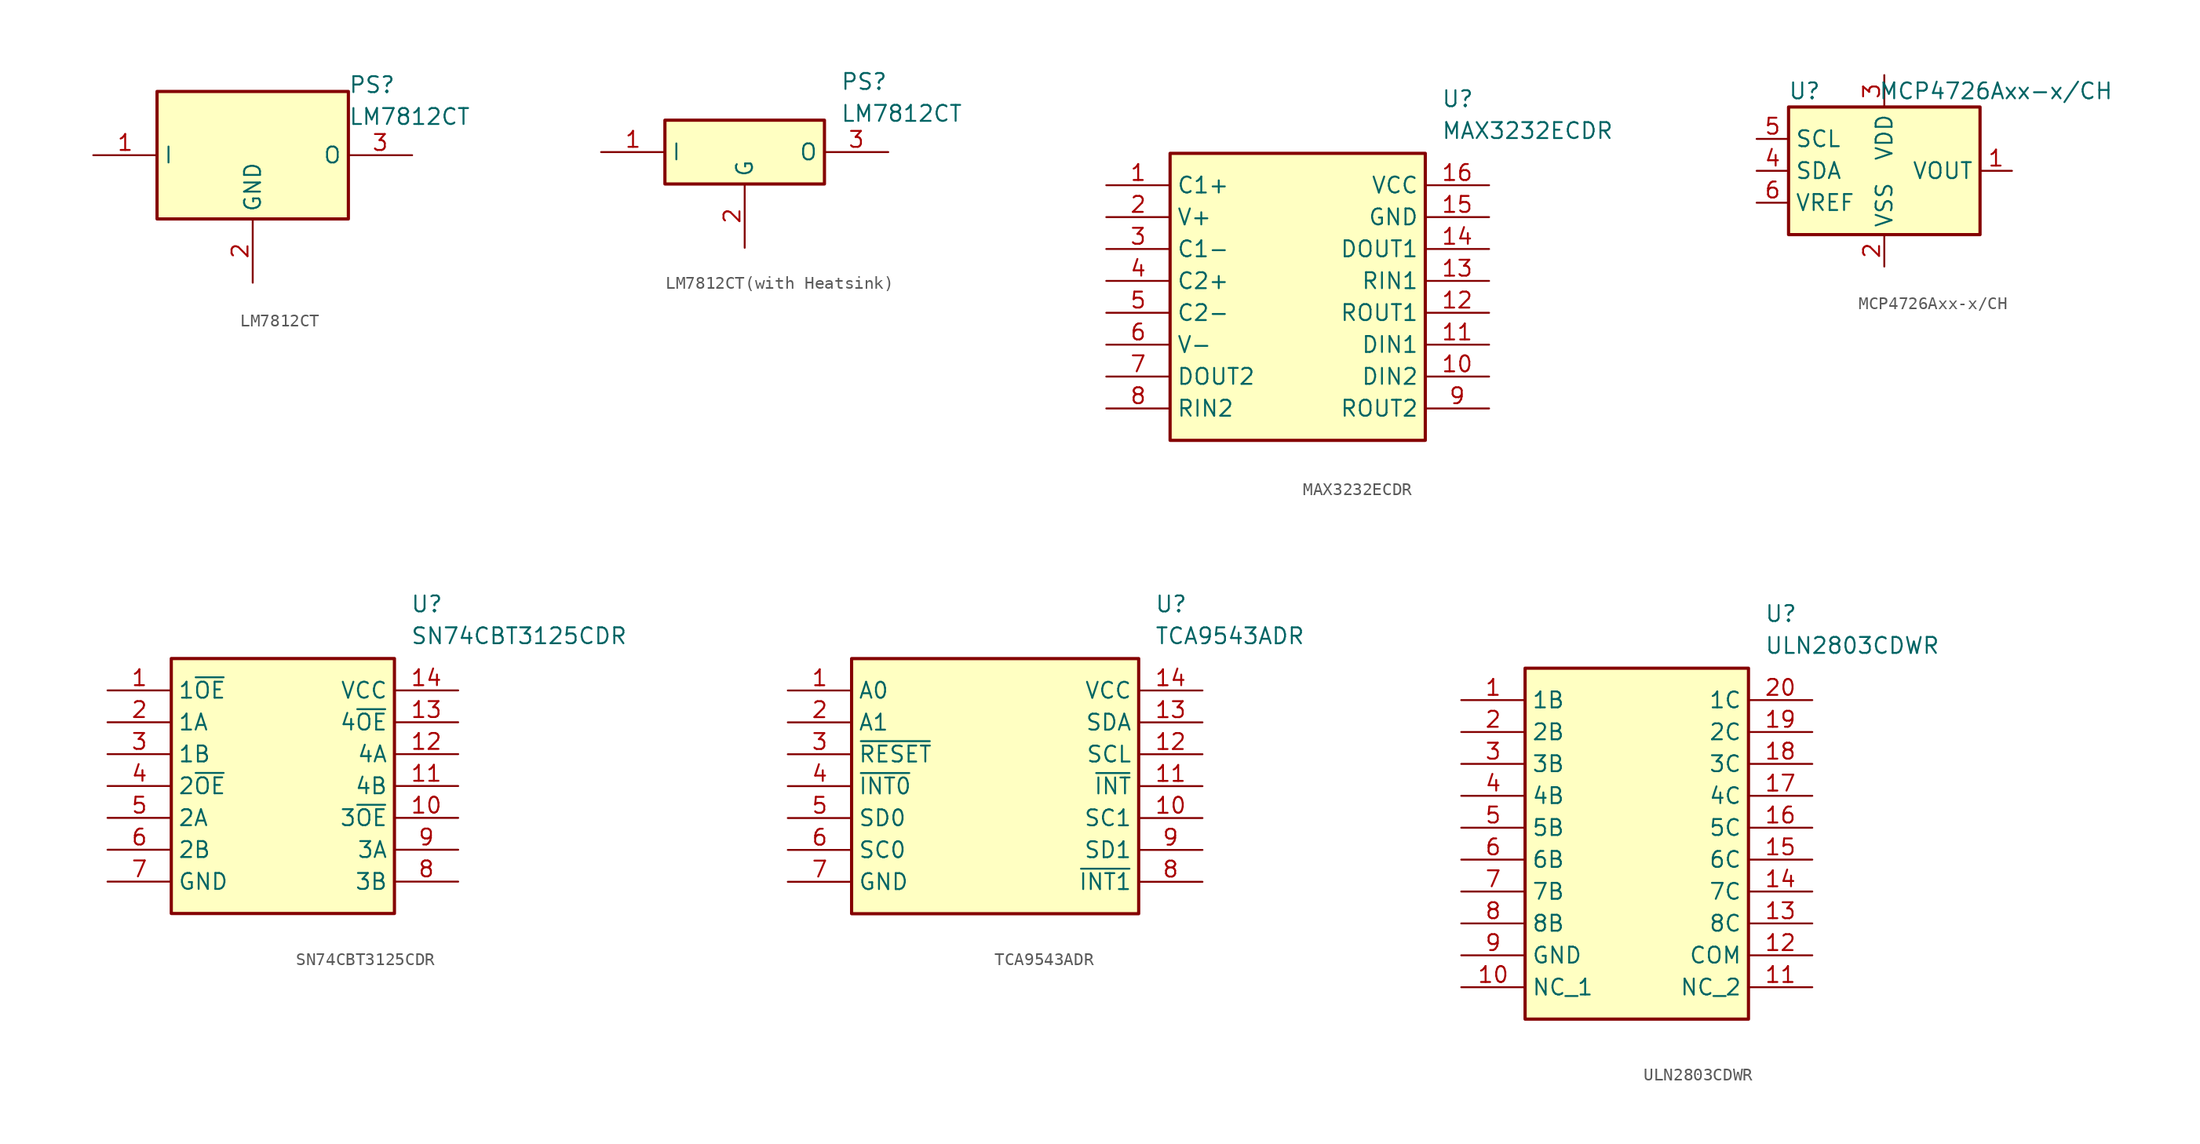
<source format=kicad_sym>
(kicad_symbol_lib
  (version 20241209)
  (generator "kicad_symbol_editor")
  (generator_version "9.0")
  (symbol "LM7812CT"
    (property "Reference" "PS"
      (at 20.32 6.35 0)
      (effects (font (size 1.27 1.27)) (justify left top)))
    (property "Value" "LM7812CT"
      (at 20.32 3.81 0)
      (effects (font (size 1.27 1.27)) (justify left top)))
    (symbol "LM7812CT_1_1"
      (rectangle (start 5.08 5.08) (end 20.32 -5.08) (stroke (width 0.254) (type default)) (fill (type background)))
      (pin passive line (at 0 0 0) (length 5.08) (name "I" (effects (font (size 1.27 1.27)))) (number "1" (effects (font (size 1.27 1.27)))))
      (pin passive line (at 12.7 -10.16 90) (length 5.08) (name "GND" (effects (font (size 1.27 1.27)))) (number "2" (effects (font (size 1.27 1.27)))))
      (pin passive line (at 25.4 0 180) (length 5.08) (name "O" (effects (font (size 1.27 1.27)))) (number "3" (effects (font (size 1.27 1.27)))))))
  (symbol "LM7812CT(with Heatsink)"
    (property "Reference" "PS"
      (at 19.05 6.35 0)
      (effects (font (size 1.27 1.27)) (justify left top)))
    (property "Value" "LM7812CT"
      (at 19.05 3.81 0)
      (effects (font (size 1.27 1.27)) (justify left top)))
    (symbol "LM7812CT(with Heatsink)_1_1"
      (rectangle (start 5.08 2.54) (end 17.78 -2.54) (stroke (width 0.254) (type default)) (fill (type background)))
      (pin passive line (at 0 0 0) (length 5.08) (name "I" (effects (font (size 1.27 1.27)))) (number "1" (effects (font (size 1.27 1.27)))))
      (pin passive line (at 11.43 -7.62 90) (length 5.08) (name "G" (effects (font (size 1.27 1.27)))) (number "2" (effects (font (size 1.27 1.27)))))
      (pin passive line (at 22.86 0 180) (length 5.08) (name "O" (effects (font (size 1.27 1.27)))) (number "3" (effects (font (size 1.27 1.27)))))))
  (symbol "MAX3232ECDR"
    (property "Reference" "U"
      (at 26.67 7.62 0)
      (effects (font (size 1.27 1.27)) (justify left top)))
    (property "Value" "MAX3232ECDR"
      (at 26.67 5.08 0)
      (effects (font (size 1.27 1.27)) (justify left top)))
    (symbol "MAX3232ECDR_1_1"
      (rectangle (start 5.08 2.54) (end 25.4 -20.32) (stroke (width 0.254) (type default)) (fill (type background)))
      (pin passive line (at 0 0 0) (length 5.08) (name "C1+" (effects (font (size 1.27 1.27)))) (number "1" (effects (font (size 1.27 1.27)))))
      (pin passive line (at 0 -2.54 0) (length 5.08) (name "V+" (effects (font (size 1.27 1.27)))) (number "2" (effects (font (size 1.27 1.27)))))
      (pin passive line (at 0 -5.08 0) (length 5.08) (name "C1-" (effects (font (size 1.27 1.27)))) (number "3" (effects (font (size 1.27 1.27)))))
      (pin passive line (at 0 -7.62 0) (length 5.08) (name "C2+" (effects (font (size 1.27 1.27)))) (number "4" (effects (font (size 1.27 1.27)))))
      (pin passive line (at 0 -10.16 0) (length 5.08) (name "C2-" (effects (font (size 1.27 1.27)))) (number "5" (effects (font (size 1.27 1.27)))))
      (pin passive line (at 0 -12.7 0) (length 5.08) (name "V-" (effects (font (size 1.27 1.27)))) (number "6" (effects (font (size 1.27 1.27)))))
      (pin passive line (at 0 -15.24 0) (length 5.08) (name "DOUT2" (effects (font (size 1.27 1.27)))) (number "7" (effects (font (size 1.27 1.27)))))
      (pin passive line (at 0 -17.78 0) (length 5.08) (name "RIN2" (effects (font (size 1.27 1.27)))) (number "8" (effects (font (size 1.27 1.27)))))
      (pin passive line (at 30.48 0 180) (length 5.08) (name "VCC" (effects (font (size 1.27 1.27)))) (number "16" (effects (font (size 1.27 1.27)))))
      (pin passive line (at 30.48 -2.54 180) (length 5.08) (name "GND" (effects (font (size 1.27 1.27)))) (number "15" (effects (font (size 1.27 1.27)))))
      (pin passive line (at 30.48 -5.08 180) (length 5.08) (name "DOUT1" (effects (font (size 1.27 1.27)))) (number "14" (effects (font (size 1.27 1.27)))))
      (pin passive line (at 30.48 -7.62 180) (length 5.08) (name "RIN1" (effects (font (size 1.27 1.27)))) (number "13" (effects (font (size 1.27 1.27)))))
      (pin passive line (at 30.48 -10.16 180) (length 5.08) (name "ROUT1" (effects (font (size 1.27 1.27)))) (number "12" (effects (font (size 1.27 1.27)))))
      (pin passive line (at 30.48 -12.7 180) (length 5.08) (name "DIN1" (effects (font (size 1.27 1.27)))) (number "11" (effects (font (size 1.27 1.27)))))
      (pin passive line (at 30.48 -15.24 180) (length 5.08) (name "DIN2" (effects (font (size 1.27 1.27)))) (number "10" (effects (font (size 1.27 1.27)))))
      (pin passive line (at 30.48 -17.78 180) (length 5.08) (name "ROUT2" (effects (font (size 1.27 1.27)))) (number "9" (effects (font (size 1.27 1.27)))))))
  (symbol "MCP4726Axx-x/CH"
    (property "Reference" "U"
      (at -6.35 6.35 0)
      (effects (font (size 1.27 1.27))))
    (property "Value" "MCP4726Axx-x/CH"
      (at 8.89 6.35 0)
      (effects (font (size 1.27 1.27))))
    (symbol "MCP4726Axx-x/CH_0_1"
      (rectangle (start -7.62 5.08) (end 7.62 -5.08) (stroke (width 0.254) (type default)) (fill (type background))))
    (symbol "MCP4726Axx-x/CH_1_1"
      (pin input line (at -10.16 2.54 0) (length 2.54) (name "SCL" (effects (font (size 1.27 1.27)))) (number "5" (effects (font (size 1.27 1.27)))))
      (pin bidirectional line (at -10.16 0 0) (length 2.54) (name "SDA" (effects (font (size 1.27 1.27)))) (number "4" (effects (font (size 1.27 1.27)))))
      (pin input line (at -10.16 -2.54 0) (length 2.54) (name "VREF" (effects (font (size 1.27 1.27)))) (number "6" (effects (font (size 1.27 1.27)))))
      (pin power_in line (at 0 7.62 270) (length 2.54) (name "VDD" (effects (font (size 1.27 1.27)))) (number "3" (effects (font (size 1.27 1.27)))))
      (pin power_in line (at 0 -7.62 90) (length 2.54) (name "VSS" (effects (font (size 1.27 1.27)))) (number "2" (effects (font (size 1.27 1.27)))))
      (pin output line (at 10.16 0 180) (length 2.54) (name "VOUT" (effects (font (size 1.27 1.27)))) (number "1" (effects (font (size 1.27 1.27)))))))
  (symbol "SN74CBT3125CDR"
    (property "Reference" "U"
      (at 24.13 7.62 0)
      (effects (font (size 1.27 1.27)) (justify left top)))
    (property "Value" "SN74CBT3125CDR"
      (at 24.13 5.08 0)
      (effects (font (size 1.27 1.27)) (justify left top)))
    (symbol "SN74CBT3125CDR_1_1"
      (rectangle (start 5.08 2.54) (end 22.86 -17.78) (stroke (width 0.254) (type default)) (fill (type background)))
      (pin input line (at 0 0 0) (length 5.08) (name "1~{OE}" (effects (font (size 1.27 1.27)))) (number "1" (effects (font (size 1.27 1.27)))))
      (pin bidirectional line (at 0 -2.54 0) (length 5.08) (name "1A" (effects (font (size 1.27 1.27)))) (number "2" (effects (font (size 1.27 1.27)))))
      (pin bidirectional line (at 0 -5.08 0) (length 5.08) (name "1B" (effects (font (size 1.27 1.27)))) (number "3" (effects (font (size 1.27 1.27)))))
      (pin input line (at 0 -7.62 0) (length 5.08) (name "2~{OE}" (effects (font (size 1.27 1.27)))) (number "4" (effects (font (size 1.27 1.27)))))
      (pin bidirectional line (at 0 -10.16 0) (length 5.08) (name "2A" (effects (font (size 1.27 1.27)))) (number "5" (effects (font (size 1.27 1.27)))))
      (pin bidirectional line (at 0 -12.7 0) (length 5.08) (name "2B" (effects (font (size 1.27 1.27)))) (number "6" (effects (font (size 1.27 1.27)))))
      (pin power_in line (at 0 -15.24 0) (length 5.08) (name "GND" (effects (font (size 1.27 1.27)))) (number "7" (effects (font (size 1.27 1.27)))))
      (pin power_in line (at 27.94 0 180) (length 5.08) (name "VCC" (effects (font (size 1.27 1.27)))) (number "14" (effects (font (size 1.27 1.27)))))
      (pin input line (at 27.94 -2.54 180) (length 5.08) (name "4~{OE}" (effects (font (size 1.27 1.27)))) (number "13" (effects (font (size 1.27 1.27)))))
      (pin bidirectional line (at 27.94 -5.08 180) (length 5.08) (name "4A" (effects (font (size 1.27 1.27)))) (number "12" (effects (font (size 1.27 1.27)))))
      (pin bidirectional line (at 27.94 -7.62 180) (length 5.08) (name "4B" (effects (font (size 1.27 1.27)))) (number "11" (effects (font (size 1.27 1.27)))))
      (pin input line (at 27.94 -10.16 180) (length 5.08) (name "3~{OE}" (effects (font (size 1.27 1.27)))) (number "10" (effects (font (size 1.27 1.27)))))
      (pin bidirectional line (at 27.94 -12.7 180) (length 5.08) (name "3A" (effects (font (size 1.27 1.27)))) (number "9" (effects (font (size 1.27 1.27)))))
      (pin bidirectional line (at 27.94 -15.24 180) (length 5.08) (name "3B" (effects (font (size 1.27 1.27)))) (number "8" (effects (font (size 1.27 1.27)))))))
  (symbol "TCA9543ADR"
    (property "Reference" "U"
      (at 29.21 7.62 0)
      (effects (font (size 1.27 1.27)) (justify left top)))
    (property "Value" "TCA9543ADR"
      (at 29.21 5.08 0)
      (effects (font (size 1.27 1.27)) (justify left top)))
    (symbol "TCA9543ADR_1_1"
      (rectangle (start 5.08 2.54) (end 27.94 -17.78) (stroke (width 0.254) (type default)) (fill (type background)))
      (pin input line (at 0 0 0) (length 5.08) (name "A0" (effects (font (size 1.27 1.27)))) (number "1" (effects (font (size 1.27 1.27)))))
      (pin input line (at 0 -2.54 0) (length 5.08) (name "A1" (effects (font (size 1.27 1.27)))) (number "2" (effects (font (size 1.27 1.27)))))
      (pin input line (at 0 -5.08 0) (length 5.08) (name "~{RESET}" (effects (font (size 1.27 1.27)))) (number "3" (effects (font (size 1.27 1.27)))))
      (pin input line (at 0 -7.62 0) (length 5.08) (name "~{INT0}" (effects (font (size 1.27 1.27)))) (number "4" (effects (font (size 1.27 1.27)))))
      (pin bidirectional line (at 0 -10.16 0) (length 5.08) (name "SD0" (effects (font (size 1.27 1.27)))) (number "5" (effects (font (size 1.27 1.27)))))
      (pin bidirectional line (at 0 -12.7 0) (length 5.08) (name "SC0" (effects (font (size 1.27 1.27)))) (number "6" (effects (font (size 1.27 1.27)))))
      (pin power_in line (at 0 -15.24 0) (length 5.08) (name "GND" (effects (font (size 1.27 1.27)))) (number "7" (effects (font (size 1.27 1.27)))))
      (pin power_in line (at 33.02 0 180) (length 5.08) (name "VCC" (effects (font (size 1.27 1.27)))) (number "14" (effects (font (size 1.27 1.27)))))
      (pin bidirectional line (at 33.02 -2.54 180) (length 5.08) (name "SDA" (effects (font (size 1.27 1.27)))) (number "13" (effects (font (size 1.27 1.27)))))
      (pin bidirectional line (at 33.02 -5.08 180) (length 5.08) (name "SCL" (effects (font (size 1.27 1.27)))) (number "12" (effects (font (size 1.27 1.27)))))
      (pin output line (at 33.02 -7.62 180) (length 5.08) (name "~{INT}" (effects (font (size 1.27 1.27)))) (number "11" (effects (font (size 1.27 1.27)))))
      (pin bidirectional line (at 33.02 -10.16 180) (length 5.08) (name "SC1" (effects (font (size 1.27 1.27)))) (number "10" (effects (font (size 1.27 1.27)))))
      (pin bidirectional line (at 33.02 -12.7 180) (length 5.08) (name "SD1" (effects (font (size 1.27 1.27)))) (number "9" (effects (font (size 1.27 1.27)))))
      (pin input line (at 33.02 -15.24 180) (length 5.08) (name "~{INT1}" (effects (font (size 1.27 1.27)))) (number "8" (effects (font (size 1.27 1.27)))))))
  (symbol "ULN2803CDWR"
    (property "Reference" "U"
      (at 24.13 7.62 0)
      (effects (font (size 1.27 1.27)) (justify left top)))
    (property "Value" "ULN2803CDWR"
      (at 24.13 5.08 0)
      (effects (font (size 1.27 1.27)) (justify left top)))
    (symbol "ULN2803CDWR_1_1"
      (rectangle (start 5.08 2.54) (end 22.86 -25.4) (stroke (width 0.254) (type default)) (fill (type background)))
      (pin passive line (at 0 0 0) (length 5.08) (name "1B" (effects (font (size 1.27 1.27)))) (number "1" (effects (font (size 1.27 1.27)))))
      (pin passive line (at 0 -2.54 0) (length 5.08) (name "2B" (effects (font (size 1.27 1.27)))) (number "2" (effects (font (size 1.27 1.27)))))
      (pin passive line (at 0 -5.08 0) (length 5.08) (name "3B" (effects (font (size 1.27 1.27)))) (number "3" (effects (font (size 1.27 1.27)))))
      (pin passive line (at 0 -7.62 0) (length 5.08) (name "4B" (effects (font (size 1.27 1.27)))) (number "4" (effects (font (size 1.27 1.27)))))
      (pin passive line (at 0 -10.16 0) (length 5.08) (name "5B" (effects (font (size 1.27 1.27)))) (number "5" (effects (font (size 1.27 1.27)))))
      (pin passive line (at 0 -12.7 0) (length 5.08) (name "6B" (effects (font (size 1.27 1.27)))) (number "6" (effects (font (size 1.27 1.27)))))
      (pin passive line (at 0 -15.24 0) (length 5.08) (name "7B" (effects (font (size 1.27 1.27)))) (number "7" (effects (font (size 1.27 1.27)))))
      (pin passive line (at 0 -17.78 0) (length 5.08) (name "8B" (effects (font (size 1.27 1.27)))) (number "8" (effects (font (size 1.27 1.27)))))
      (pin passive line (at 0 -20.32 0) (length 5.08) (name "GND" (effects (font (size 1.27 1.27)))) (number "9" (effects (font (size 1.27 1.27)))))
      (pin passive line (at 0 -22.86 0) (length 5.08) (name "NC_1" (effects (font (size 1.27 1.27)))) (number "10" (effects (font (size 1.27 1.27)))))
      (pin passive line (at 27.94 0 180) (length 5.08) (name "1C" (effects (font (size 1.27 1.27)))) (number "20" (effects (font (size 1.27 1.27)))))
      (pin passive line (at 27.94 -2.54 180) (length 5.08) (name "2C" (effects (font (size 1.27 1.27)))) (number "19" (effects (font (size 1.27 1.27)))))
      (pin passive line (at 27.94 -5.08 180) (length 5.08) (name "3C" (effects (font (size 1.27 1.27)))) (number "18" (effects (font (size 1.27 1.27)))))
      (pin passive line (at 27.94 -7.62 180) (length 5.08) (name "4C" (effects (font (size 1.27 1.27)))) (number "17" (effects (font (size 1.27 1.27)))))
      (pin passive line (at 27.94 -10.16 180) (length 5.08) (name "5C" (effects (font (size 1.27 1.27)))) (number "16" (effects (font (size 1.27 1.27)))))
      (pin passive line (at 27.94 -12.7 180) (length 5.08) (name "6C" (effects (font (size 1.27 1.27)))) (number "15" (effects (font (size 1.27 1.27)))))
      (pin passive line (at 27.94 -15.24 180) (length 5.08) (name "7C" (effects (font (size 1.27 1.27)))) (number "14" (effects (font (size 1.27 1.27)))))
      (pin passive line (at 27.94 -17.78 180) (length 5.08) (name "8C" (effects (font (size 1.27 1.27)))) (number "13" (effects (font (size 1.27 1.27)))))
      (pin passive line (at 27.94 -20.32 180) (length 5.08) (name "COM" (effects (font (size 1.27 1.27)))) (number "12" (effects (font (size 1.27 1.27)))))
      (pin passive line (at 27.94 -22.86 180) (length 5.08) (name "NC_2" (effects (font (size 1.27 1.27)))) (number "11" (effects (font (size 1.27 1.27))))))))
</source>
